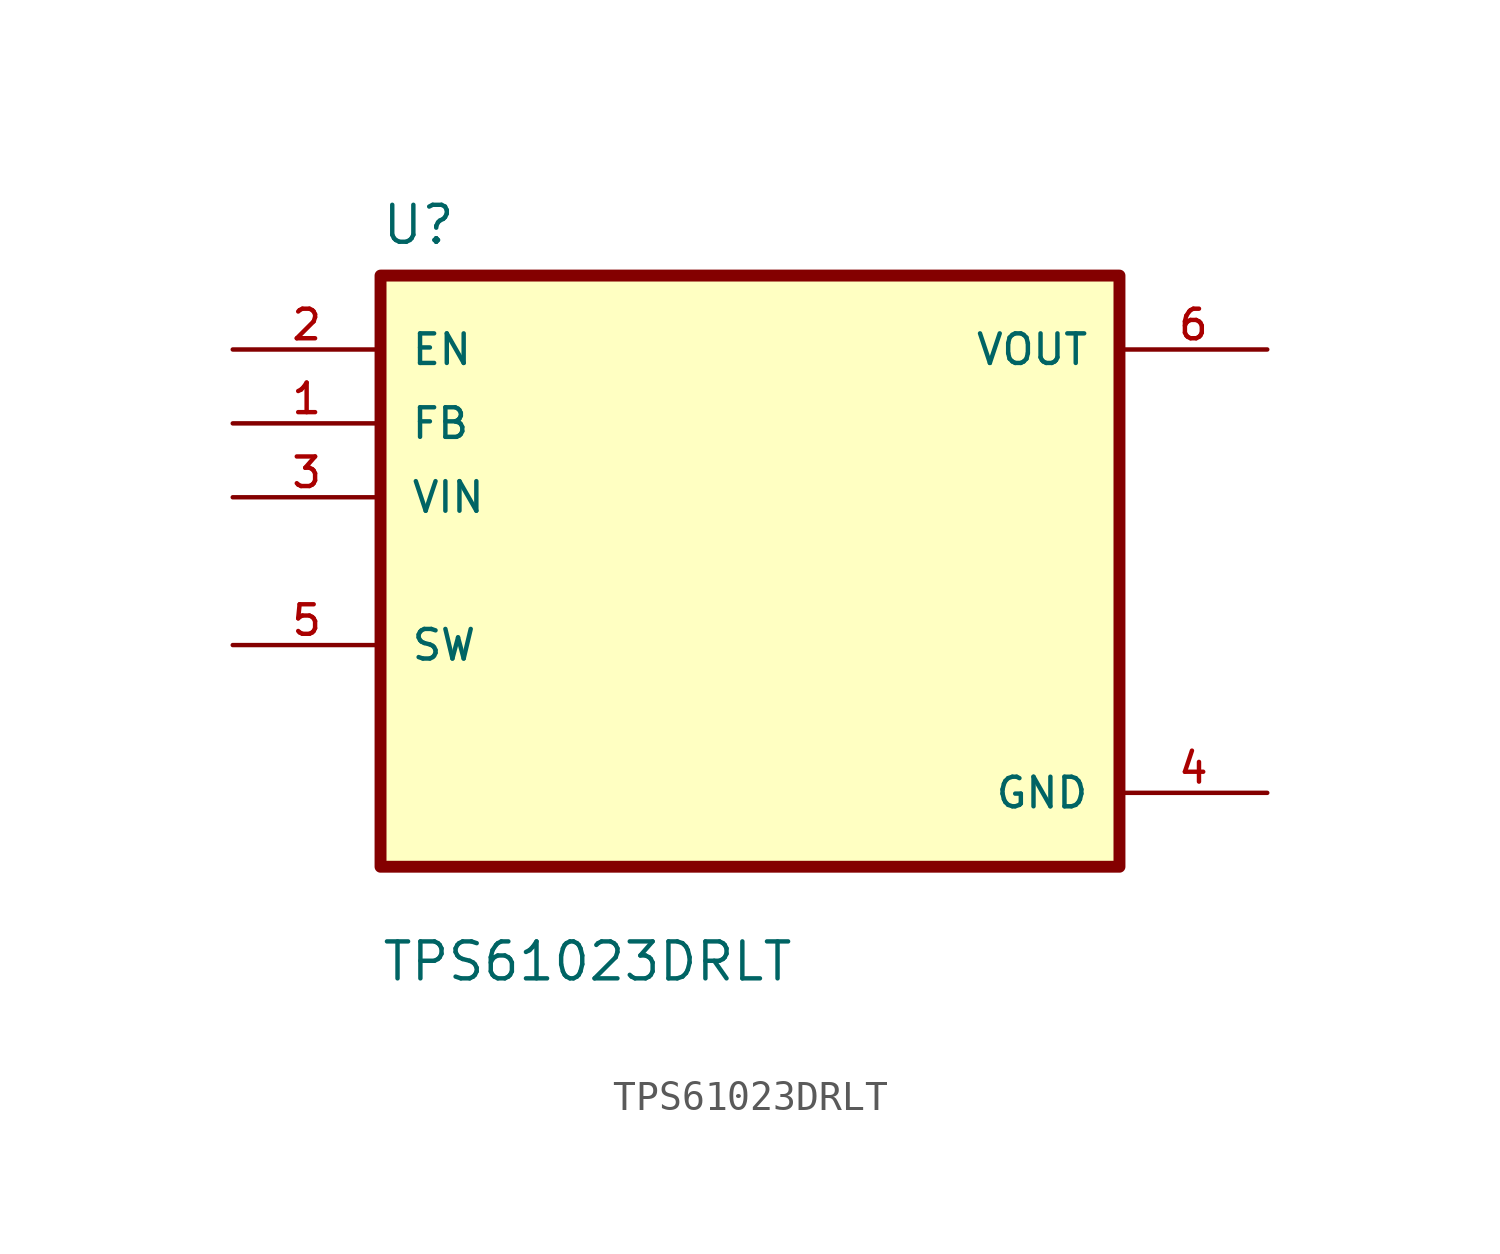
<source format=kicad_sym>
(kicad_symbol_lib
  (version 20211014)
  (generator kicad_symbol_editor)
  (symbol "TPS61023DRLT"
    (pin_names
      (offset 1.016))
    (property "Reference" "U"
      (at -12.7 11.16 0.0)
      (effects (font (size 1.27 1.27)) (justify bottom left)))
    (property "Value" "TPS61023DRLT"
      (at -12.7 -14.16 0.0)
      (effects (font (size 1.27 1.27)) (justify bottom left)))
    (symbol "TPS61023DRLT_0_0"
      (rectangle (start -12.7 -10.16) (end 12.7 10.16) (stroke (width 0.41)) (fill (type background)))
      (pin input line (at -17.78 7.62 0) (length 5.08) (name "EN" (effects (font (size 1.016 1.016)))) (number "2" (effects (font (size 1.016 1.016)))))
      (pin input line (at -17.78 5.08 0) (length 5.08) (name "FB" (effects (font (size 1.016 1.016)))) (number "1" (effects (font (size 1.016 1.016)))))
      (pin input line (at -17.78 2.54 0) (length 5.08) (name "VIN" (effects (font (size 1.016 1.016)))) (number "3" (effects (font (size 1.016 1.016)))))
      (pin bidirectional line (at -17.78 -2.54 0) (length 5.08) (name "SW" (effects (font (size 1.016 1.016)))) (number "5" (effects (font (size 1.016 1.016)))))
      (pin output line (at 17.78 7.62 180.0) (length 5.08) (name "VOUT" (effects (font (size 1.016 1.016)))) (number "6" (effects (font (size 1.016 1.016)))))
      (pin power_in line (at 17.78 -7.62 180.0) (length 5.08) (name "GND" (effects (font (size 1.016 1.016)))) (number "4" (effects (font (size 1.016 1.016))))))))
</source>
